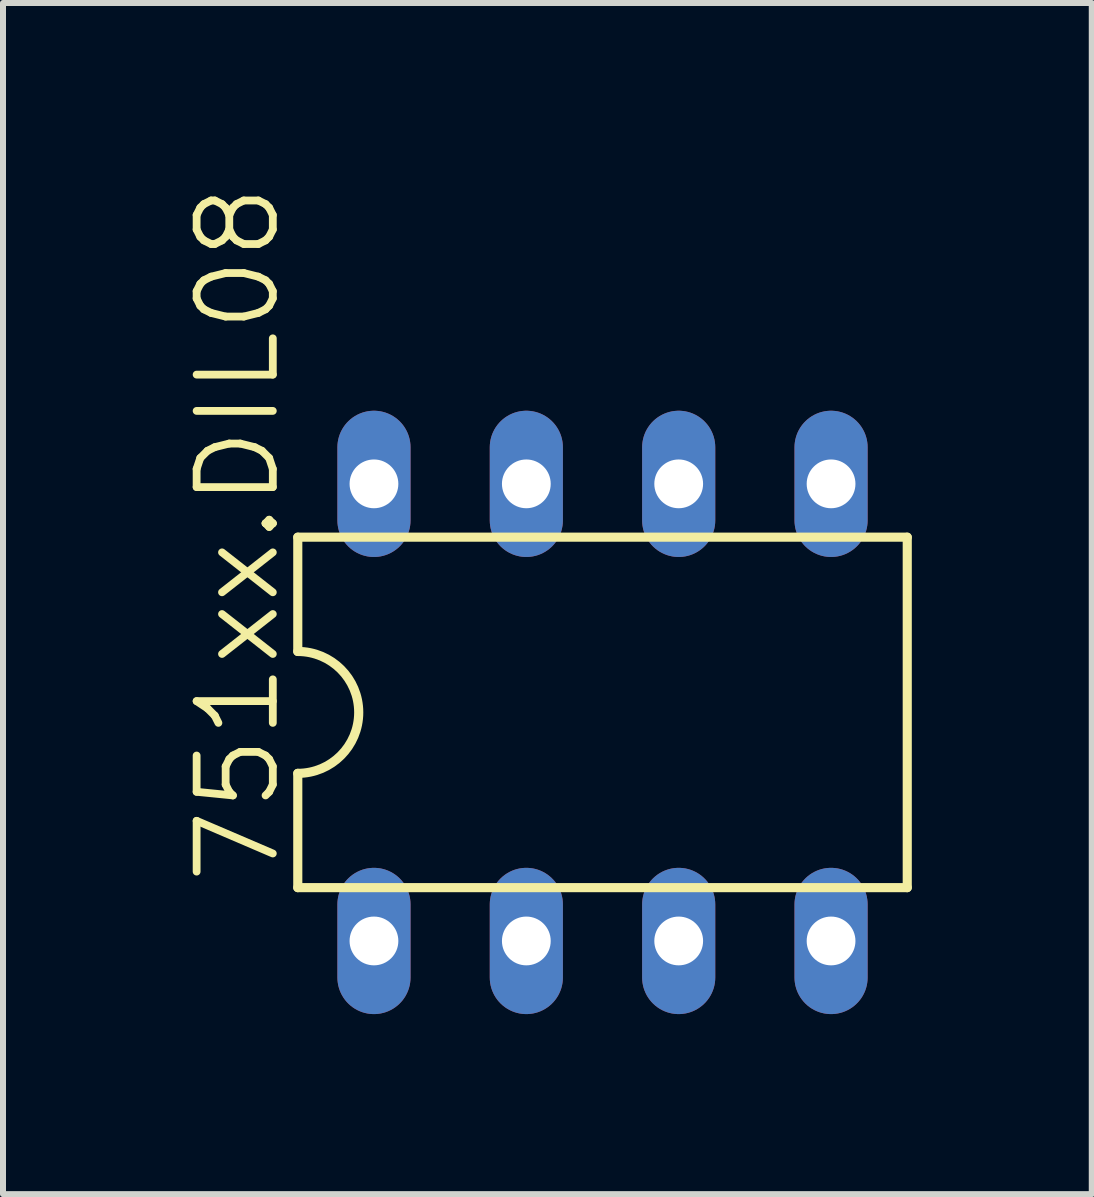
<source format=kicad_pcb>
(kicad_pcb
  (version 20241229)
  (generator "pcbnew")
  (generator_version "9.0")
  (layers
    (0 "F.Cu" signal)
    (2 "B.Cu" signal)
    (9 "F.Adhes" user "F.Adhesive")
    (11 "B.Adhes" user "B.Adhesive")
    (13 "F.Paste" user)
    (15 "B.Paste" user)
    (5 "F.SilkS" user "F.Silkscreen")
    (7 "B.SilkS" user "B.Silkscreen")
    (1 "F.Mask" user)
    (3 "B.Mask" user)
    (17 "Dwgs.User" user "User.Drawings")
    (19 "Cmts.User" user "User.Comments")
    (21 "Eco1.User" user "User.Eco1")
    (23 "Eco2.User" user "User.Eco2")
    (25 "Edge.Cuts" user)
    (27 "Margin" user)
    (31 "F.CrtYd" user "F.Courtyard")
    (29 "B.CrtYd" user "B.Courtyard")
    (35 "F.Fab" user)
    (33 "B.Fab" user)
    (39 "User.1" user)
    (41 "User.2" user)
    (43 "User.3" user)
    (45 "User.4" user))
  (footprint "751xx.DIL08"
    (layer "F.Cu")
    (at 6.994 8.826)
    (property "Reference" "751xx.DIL08" (at -5.334 2.921 90) (layer "F.SilkS") (effects (font (size 1.27 1.27) (thickness 0.13)) (justify left bottom)))
    (attr through_hole)
    (fp_line (start -5.08 -2.921) (end -5.08 -1.016) (stroke (width 0.152) (type default)) (layer "F.SilkS"))
    (fp_line (start -5.08 2.921) (end -5.08 1.016) (stroke (width 0.152) (type default)) (layer "F.SilkS"))
    (fp_line (start -5.08 2.921) (end 5.08 2.921) (stroke (width 0.152) (type default)) (layer "F.SilkS"))
    (fp_line (start 5.08 -2.921) (end -5.08 -2.921) (stroke (width 0.152) (type default)) (layer "F.SilkS"))
    (fp_line (start 5.08 -2.921) (end 5.08 2.921) (stroke (width 0.152) (type default)) (layer "F.SilkS"))
    (fp_arc (start -5.08 -1.016) (mid -4.064 0) (end -5.08 1.016) (stroke (width 0.1524) (type default)) (layer "F.SilkS"))
    (pad "1" thru_hole oval (at -3.81 3.81 90) (size 2.438 1.219) (drill 0.813) (layers "*.Cu" "*.Mask"))
    (pad "2" thru_hole oval (at -1.27 3.81 90) (size 2.438 1.219) (drill 0.813) (layers "*.Cu" "*.Mask"))
    (pad "3" thru_hole oval (at 1.27 3.81 90) (size 2.438 1.219) (drill 0.813) (layers "*.Cu" "*.Mask"))
    (pad "4" thru_hole oval (at 3.81 3.81 90) (size 2.438 1.219) (drill 0.813) (layers "*.Cu" "*.Mask"))
    (pad "5" thru_hole oval (at 3.81 -3.81 90) (size 2.438 1.219) (drill 0.813) (layers "*.Cu" "*.Mask"))
    (pad "6" thru_hole oval (at 1.27 -3.81 90) (size 2.438 1.219) (drill 0.813) (layers "*.Cu" "*.Mask"))
    (pad "7" thru_hole oval (at -1.27 -3.81 90) (size 2.438 1.219) (drill 0.813) (layers "*.Cu" "*.Mask"))
    (pad "8" thru_hole oval (at -3.81 -3.81 90) (size 2.438 1.219) (drill 0.813) (layers "*.Cu" "*.Mask")))
  (gr_rect
    (start -3 -3)
    (end 15.15 16.856)
    (stroke (width 0.1) (type default))
    (fill no)
    (layer "Edge.Cuts")))
</source>
